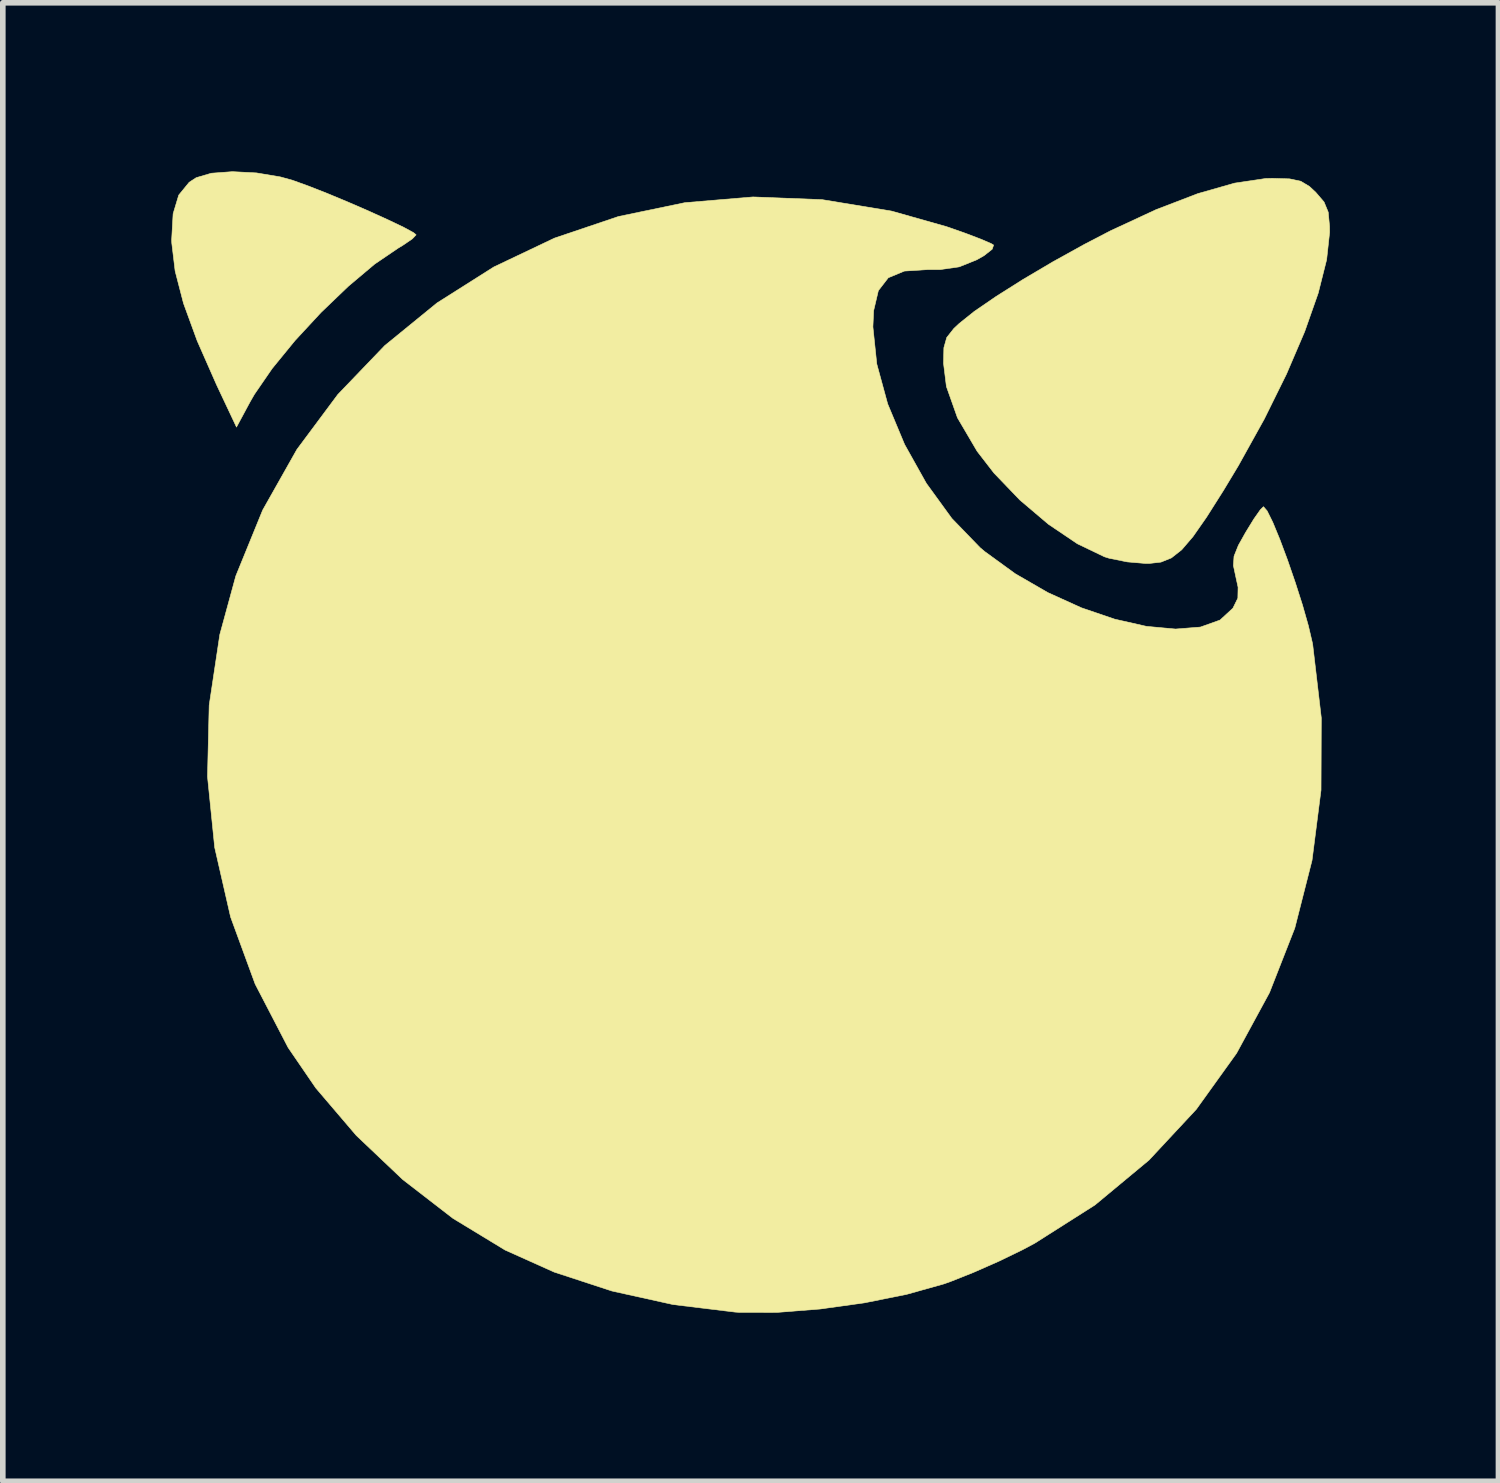
<source format=kicad_pcb>
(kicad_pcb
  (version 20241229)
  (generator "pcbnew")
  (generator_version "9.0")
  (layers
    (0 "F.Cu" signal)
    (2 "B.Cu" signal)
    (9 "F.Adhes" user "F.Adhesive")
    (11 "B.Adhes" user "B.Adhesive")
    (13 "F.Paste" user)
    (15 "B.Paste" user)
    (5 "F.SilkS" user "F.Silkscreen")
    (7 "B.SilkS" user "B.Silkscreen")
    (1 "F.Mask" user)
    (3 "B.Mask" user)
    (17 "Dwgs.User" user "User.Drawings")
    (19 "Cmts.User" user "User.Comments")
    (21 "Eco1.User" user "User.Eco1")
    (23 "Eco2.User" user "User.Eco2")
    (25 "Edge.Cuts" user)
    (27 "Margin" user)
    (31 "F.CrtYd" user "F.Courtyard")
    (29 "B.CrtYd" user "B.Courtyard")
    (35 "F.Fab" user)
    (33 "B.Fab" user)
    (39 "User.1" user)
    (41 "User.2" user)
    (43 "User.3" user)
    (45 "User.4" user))
  (footprint "fbsd_logo"
    (layer "F.Cu")
    (at 10.368 10.199)
    (property "Reference" "fbsd_logo" (at 0 0 0) (layer "F.SilkS") (effects (font (size 1.524 1.524) (thickness 0.3))))
    (attr through_hole)
    (fp_poly (pts (xy -8.855 -10.172) (xy -8.43 -10.101) (xy -8.213 -10.041) (xy -7.936 -9.941) (xy -7.594 -9.807) (xy -7.22 -9.651) (xy -6.847 -9.489) (xy -6.508 -9.335) (xy -6.234 -9.204) (xy -6.059 -9.109) (xy -6.012 -9.07) (xy -6.079 -8.999) (xy -6.246 -8.885) (xy -6.329 -8.835) (xy -6.749 -8.55) (xy -7.218 -8.155) (xy -7.703 -7.69) (xy -8.167 -7.189) (xy -8.574 -6.691) (xy -8.889 -6.233) (xy -8.963 -6.105) (xy -9.209 -5.648) (xy -9.564 -6.401) (xy -9.908 -7.182) (xy -10.152 -7.85) (xy -10.301 -8.425) (xy -10.361 -8.925) (xy -10.363 -8.982) (xy -10.337 -9.445) (xy -10.237 -9.777) (xy -10.051 -10.005) (xy -9.926 -10.087) (xy -9.657 -10.166) (xy -9.282 -10.194) (xy -8.855 -10.172)) (stroke (width 0.01) (type solid)) (fill yes) (layer "F.SilkS"))
    (fp_poly (pts (xy 9.532 -10.066) (xy 9.731 -10.024) (xy 9.886 -9.931) (xy 9.997 -9.828) (xy 10.146 -9.654) (xy 10.22 -9.474) (xy 10.244 -9.218) (xy 10.245 -9.113) (xy 10.192 -8.628) (xy 10.042 -8.032) (xy 9.801 -7.347) (xy 9.478 -6.593) (xy 9.082 -5.791) (xy 8.621 -4.961) (xy 8.355 -4.519) (xy 8.055 -4.045) (xy 7.814 -3.7) (xy 7.613 -3.465) (xy 7.429 -3.32) (xy 7.243 -3.245) (xy 7.033 -3.221) (xy 6.972 -3.221) (xy 6.643 -3.249) (xy 6.321 -3.314) (xy 6.238 -3.34) (xy 5.757 -3.571) (xy 5.241 -3.919) (xy 4.733 -4.35) (xy 4.272 -4.83) (xy 3.972 -5.218) (xy 3.622 -5.814) (xy 3.425 -6.371) (xy 3.374 -6.783) (xy 3.38 -7.06) (xy 3.431 -7.242) (xy 3.558 -7.403) (xy 3.651 -7.49) (xy 3.92 -7.706) (xy 4.311 -7.974) (xy 4.789 -8.276) (xy 5.324 -8.592) (xy 5.884 -8.902) (xy 6.344 -9.141) (xy 7.156 -9.518) (xy 7.899 -9.803) (xy 8.555 -9.99) (xy 9.106 -10.072) (xy 9.227 -10.075) (xy 9.532 -10.066)) (stroke (width 0.01) (type solid)) (fill yes) (layer "F.SilkS"))
    (fp_poly (pts (xy 1.214 -9.696) (xy 2.451 -9.492) (xy 3.429 -9.215) (xy 3.768 -9.096) (xy 4.046 -8.99) (xy 4.224 -8.913) (xy 4.265 -8.888) (xy 4.24 -8.814) (xy 4.097 -8.701) (xy 3.968 -8.627) (xy 3.653 -8.5) (xy 3.311 -8.451) (xy 3.09 -8.451) (xy 2.678 -8.425) (xy 2.391 -8.306) (xy 2.214 -8.077) (xy 2.13 -7.72) (xy 2.117 -7.432) (xy 2.186 -6.771) (xy 2.38 -6.06) (xy 2.681 -5.339) (xy 3.068 -4.647) (xy 3.522 -4.022) (xy 4.024 -3.503) (xy 4.107 -3.433) (xy 4.649 -3.039) (xy 5.23 -2.703) (xy 5.828 -2.432) (xy 6.42 -2.23) (xy 6.985 -2.102) (xy 7.501 -2.054) (xy 7.945 -2.089) (xy 8.295 -2.214) (xy 8.524 -2.425) (xy 8.612 -2.604) (xy 8.616 -2.798) (xy 8.576 -2.981) (xy 8.533 -3.184) (xy 8.544 -3.35) (xy 8.621 -3.543) (xy 8.751 -3.775) (xy 8.897 -4.013) (xy 9.013 -4.178) (xy 9.068 -4.232) (xy 9.133 -4.157) (xy 9.234 -3.953) (xy 9.359 -3.65) (xy 9.496 -3.283) (xy 9.634 -2.882) (xy 9.762 -2.482) (xy 9.867 -2.113) (xy 9.938 -1.809) (xy 9.944 -1.778) (xy 10.097 -0.472) (xy 10.092 0.812) (xy 9.932 2.063) (xy 9.625 3.269) (xy 9.175 4.417) (xy 8.589 5.496) (xy 7.872 6.494) (xy 7.03 7.398) (xy 6.068 8.197) (xy 4.994 8.879) (xy 4.774 8.996) (xy 4.357 9.198) (xy 3.905 9.397) (xy 3.495 9.56) (xy 3.376 9.602) (xy 2.716 9.787) (xy 1.964 9.938) (xy 1.18 10.047) (xy 0.423 10.107) (xy -0.247 10.108) (xy -0.339 10.102) (xy -1.439 9.968) (xy -2.528 9.727) (xy -3.556 9.39) (xy -4.429 8.998) (xy -5.357 8.434) (xy -6.251 7.743) (xy -7.077 6.959) (xy -7.798 6.114) (xy -8.29 5.395) (xy -8.877 4.264) (xy -9.314 3.071) (xy -9.597 1.834) (xy -9.725 0.572) (xy -9.695 -0.698) (xy -9.506 -1.956) (xy -9.221 -2.999) (xy -8.743 -4.171) (xy -8.134 -5.25) (xy -7.406 -6.228) (xy -6.57 -7.099) (xy -5.64 -7.858) (xy -4.629 -8.498) (xy -3.548 -9.012) (xy -2.411 -9.396) (xy -1.23 -9.642) (xy -0.017 -9.744) (xy 1.214 -9.696)) (stroke (width 0.01) (type solid)) (fill yes) (layer "F.SilkS")))
  (gr_rect
    (start -3 -3)
    (end 23.618 23.312)
    (stroke (width 0.1) (type default))
    (fill no)
    (layer "Edge.Cuts")))
</source>
